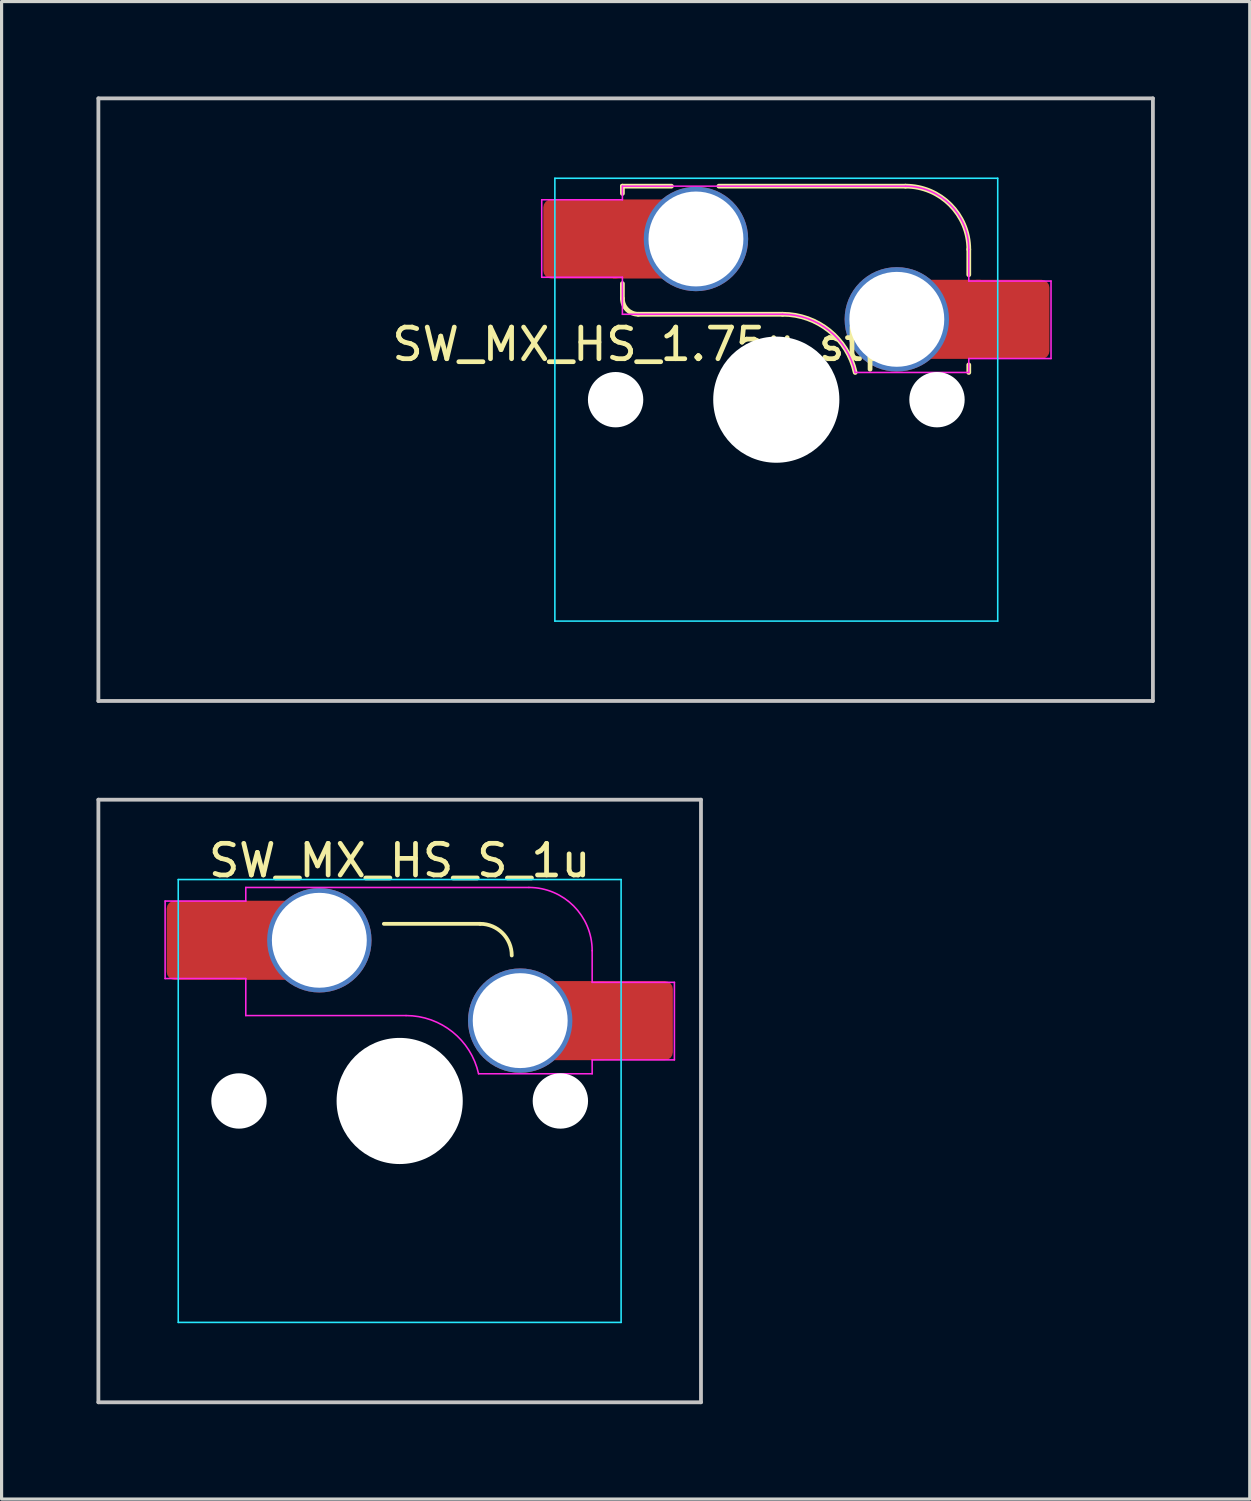
<source format=kicad_pcb>
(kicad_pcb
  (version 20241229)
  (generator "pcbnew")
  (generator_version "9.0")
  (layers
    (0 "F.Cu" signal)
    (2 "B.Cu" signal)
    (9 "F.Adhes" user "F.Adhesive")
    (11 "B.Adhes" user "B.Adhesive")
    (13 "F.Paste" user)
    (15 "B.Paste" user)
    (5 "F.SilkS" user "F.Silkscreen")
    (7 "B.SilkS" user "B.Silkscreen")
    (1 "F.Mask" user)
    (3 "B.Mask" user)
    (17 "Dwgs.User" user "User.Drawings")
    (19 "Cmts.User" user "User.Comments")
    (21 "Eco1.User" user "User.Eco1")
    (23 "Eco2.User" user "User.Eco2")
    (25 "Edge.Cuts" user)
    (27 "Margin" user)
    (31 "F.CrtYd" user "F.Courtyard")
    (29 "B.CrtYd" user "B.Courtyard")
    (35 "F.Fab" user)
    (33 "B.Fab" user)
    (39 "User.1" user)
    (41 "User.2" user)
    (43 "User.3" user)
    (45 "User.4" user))
  (footprint "SW_MX_HS_S_1u"
    (layer "F.Cu")
    (at 9.585 31.755)
    (property "Reference" "SW_MX_HS_S_1u" (at 0 -7.6 0) (layer "F.SilkS") (effects (font (size 1 1) (thickness 0.15))))
    (attr smd)
    (fp_line (start -0.5 -5.6) (end 2.543 -5.6) (stroke (width 0.12) (type solid)) (layer "F.SilkS"))
    (fp_arc (start 2.542893 -5.6) (mid 3.25 -5.307107) (end 3.542893 -4.6) (stroke (width 0.12) (type solid)) (layer "F.SilkS"))
    (fp_line (start -9.525 -9.525) (end 9.525 -9.525) (stroke (width 0.12) (type solid)) (layer "Dwgs.User"))
    (fp_line (start -9.525 9.525) (end -9.525 -9.525) (stroke (width 0.12) (type solid)) (layer "Dwgs.User"))
    (fp_line (start 9.525 -9.525) (end 9.525 9.525) (stroke (width 0.12) (type solid)) (layer "Dwgs.User"))
    (fp_line (start 9.525 9.525) (end -9.525 9.525) (stroke (width 0.12) (type solid)) (layer "Dwgs.User"))
    (fp_line (start -7 -6.5) (end -7 6.5) (stroke (width 0.05) (type solid)) (layer "Eco2.User"))
    (fp_line (start -6.5 7) (end 6.5 7) (stroke (width 0.05) (type solid)) (layer "Eco2.User"))
    (fp_line (start 6.5 -7) (end -6.5 -7) (stroke (width 0.05) (type solid)) (layer "Eco2.User"))
    (fp_line (start 7 6.5) (end 7 -6.5) (stroke (width 0.05) (type solid)) (layer "Eco2.User"))
    (fp_arc (start -7 -6.5) (mid -6.853553 -6.853553) (end -6.5 -7) (stroke (width 0.05) (type solid)) (layer "Eco2.User"))
    (fp_arc (start -6.497236 6.998884) (mid -6.850789 6.852437) (end -6.997236 6.498884) (stroke (width 0.05) (type solid)) (layer "Eco2.User"))
    (fp_arc (start 6.5 -7) (mid 6.853553 -6.853553) (end 7 -6.5) (stroke (width 0.05) (type solid)) (layer "Eco2.User"))
    (fp_arc (start 7 6.5) (mid 6.853553 6.853553) (end 6.5 7) (stroke (width 0.05) (type solid)) (layer "Eco2.User"))
    (fp_line (start -7 -7) (end 7 -7) (stroke (width 0.05) (type solid)) (layer "B.CrtYd"))
    (fp_line (start -7 7) (end -7 -7) (stroke (width 0.05) (type solid)) (layer "B.CrtYd"))
    (fp_line (start 7 -7) (end 7 7) (stroke (width 0.05) (type solid)) (layer "B.CrtYd"))
    (fp_line (start 7 7) (end -7 7) (stroke (width 0.05) (type solid)) (layer "B.CrtYd"))
    (fp_line (start -7.415 -6.32) (end -4.865 -6.32) (stroke (width 0.05) (type solid)) (layer "F.CrtYd"))
    (fp_line (start -7.415 -3.87) (end -7.415 -6.32) (stroke (width 0.05) (type solid)) (layer "F.CrtYd"))
    (fp_line (start -4.865 -6.75) (end -4.865 -6.32) (stroke (width 0.05) (type solid)) (layer "F.CrtYd"))
    (fp_line (start -4.865 -3.87) (end -7.415 -3.87) (stroke (width 0.05) (type solid)) (layer "F.CrtYd"))
    (fp_line (start -4.865 -3.87) (end -4.865 -2.7) (stroke (width 0.05) (type solid)) (layer "F.CrtYd"))
    (fp_line (start -4.865 -2.7) (end 0.2 -2.7) (stroke (width 0.05) (type solid)) (layer "F.CrtYd"))
    (fp_line (start 4.085 -6.75) (end -4.865 -6.75) (stroke (width 0.05) (type solid)) (layer "F.CrtYd"))
    (fp_line (start 6.085 -3.75) (end 6.085 -4.75) (stroke (width 0.05) (type solid)) (layer "F.CrtYd"))
    (fp_line (start 6.085 -3.75) (end 8.685 -3.75) (stroke (width 0.05) (type solid)) (layer "F.CrtYd"))
    (fp_line (start 6.085 -1.3) (end 6.085 -0.86) (stroke (width 0.05) (type solid)) (layer "F.CrtYd"))
    (fp_line (start 6.085 -0.86) (end 2.494 -0.86) (stroke (width 0.05) (type solid)) (layer "F.CrtYd"))
    (fp_line (start 8.685 -3.75) (end 8.685 -1.3) (stroke (width 0.05) (type solid)) (layer "F.CrtYd"))
    (fp_line (start 8.685 -1.3) (end 6.085 -1.3) (stroke (width 0.05) (type solid)) (layer "F.CrtYd"))
    (fp_arc (start 0.2 -2.70022) (mid 1.670503 -2.183399) (end 2.494322 -0.86022) (stroke (width 0.05) (type solid)) (layer "F.CrtYd"))
    (fp_arc (start 4.085176 -6.75022) (mid 5.49939 -6.164434) (end 6.085176 -4.75022) (stroke (width 0.05) (type solid)) (layer "F.CrtYd"))
    (pad "" np_thru_hole circle (at -5.08 0) (size 1.75 1.75) (drill 1.75) (layers "*.Cu" "*.Mask"))
    (pad "" np_thru_hole circle (at 0 0) (size 3.988 3.988) (drill 3.988) (layers "*.Cu" "*.Mask"))
    (pad "" np_thru_hole circle (at 5.08 0) (size 1.75 1.75) (drill 1.75) (layers "*.Cu" "*.Mask"))
    (pad "1" thru_hole circle (at 3.81 -2.54) (size 3.3 3.3) (drill 3) (layers "*.Cu" "*.Mask"))
    (pad "1" smd rect (at 5.635 -2.54 180) (size 1.65 2.5) (layers "F.Cu"))
    (pad "1" smd roundrect (at 7.36 -2.54) (size 2.55 2.5) (layers "F.Cu" "F.Mask" "F.Paste") (roundrect_rratio 0.1))
    (pad "2" smd roundrect (at -6.09 -5.08) (size 2.55 2.5) (layers "F.Cu" "F.Mask" "F.Paste") (roundrect_rratio 0.1))
    (pad "2" smd rect (at -4.34 -5.08) (size 1.65 2.5) (layers "F.Cu"))
    (pad "2" thru_hole circle (at -2.54 -5.08) (size 3.3 3.3) (drill 3) (layers "*.Cu" "*.Mask")))
  (footprint "SW_MX_HS_1.75u_stp"
    (layer "F.Cu")
    (at 21.491 9.585)
    (property "Reference" "SW_MX_HS_1.75u_stp" (at -4.25 -1.75 0) (layer "F.SilkS") (effects (font (size 1 1) (thickness 0.15))))
    (attr smd)
    (fp_line (start -4.865 -6.75) (end -4.865 -6.52) (stroke (width 0.15) (type solid)) (layer "F.SilkS"))
    (fp_line (start -4.865 -3.67) (end -4.865 -3.2) (stroke (width 0.15) (type solid)) (layer "F.SilkS"))
    (fp_line (start -4.365 -2.7) (end 0.2 -2.7) (stroke (width 0.15) (type solid)) (layer "F.SilkS"))
    (fp_line (start -3.315 -6.75) (end -4.865 -6.75) (stroke (width 0.15) (type solid)) (layer "F.SilkS"))
    (fp_line (start 4.085 -6.75) (end -1.815 -6.75) (stroke (width 0.15) (type solid)) (layer "F.SilkS"))
    (fp_line (start 6.085 -3.95) (end 6.085 -4.75) (stroke (width 0.15) (type solid)) (layer "F.SilkS"))
    (fp_line (start 6.085 -1.1) (end 6.085 -0.86) (stroke (width 0.15) (type solid)) (layer "F.SilkS"))
    (fp_arc (start -4.364824 -2.70022) (mid -4.718377 -2.846667) (end -4.864824 -3.20022) (stroke (width 0.15) (type solid)) (layer "F.SilkS"))
    (fp_arc (start 0.2 -2.70022) (mid 1.670693 -2.183637) (end 2.494322 -0.86022) (stroke (width 0.15) (type solid)) (layer "F.SilkS"))
    (fp_arc (start 4.085176 -6.75022) (mid 5.49939 -6.164434) (end 6.085176 -4.75022) (stroke (width 0.15) (type solid)) (layer "F.SilkS"))
    (fp_line (start -21.431 -9.525) (end 11.906 -9.525) (stroke (width 0.12) (type solid)) (layer "Dwgs.User"))
    (fp_line (start -21.431 9.525) (end -21.431 -9.525) (stroke (width 0.12) (type solid)) (layer "Dwgs.User"))
    (fp_line (start 11.906 -9.525) (end 11.906 9.525) (stroke (width 0.12) (type solid)) (layer "Dwgs.User"))
    (fp_line (start 11.906 9.525) (end -21.431 9.525) (stroke (width 0.12) (type solid)) (layer "Dwgs.User"))
    (fp_line (start -7 -6.5) (end -7 6.5) (stroke (width 0.05) (type solid)) (layer "Eco2.User"))
    (fp_line (start -6.5 7) (end 6.5 7) (stroke (width 0.05) (type solid)) (layer "Eco2.User"))
    (fp_line (start 6.5 -7) (end -6.5 -7) (stroke (width 0.05) (type solid)) (layer "Eco2.User"))
    (fp_line (start 7 6.5) (end 7 -6.5) (stroke (width 0.05) (type solid)) (layer "Eco2.User"))
    (fp_arc (start -7 -6.5) (mid -6.853553 -6.853553) (end -6.5 -7) (stroke (width 0.05) (type solid)) (layer "Eco2.User"))
    (fp_arc (start -6.497236 6.998884) (mid -6.850789 6.852437) (end -6.997236 6.498884) (stroke (width 0.05) (type solid)) (layer "Eco2.User"))
    (fp_arc (start 6.5 -7) (mid 6.853553 -6.853553) (end 7 -6.5) (stroke (width 0.05) (type solid)) (layer "Eco2.User"))
    (fp_arc (start 7 6.5) (mid 6.853553 6.853553) (end 6.5 7) (stroke (width 0.05) (type solid)) (layer "Eco2.User"))
    (fp_line (start -7 -7) (end 7 -7) (stroke (width 0.05) (type solid)) (layer "B.CrtYd"))
    (fp_line (start -7 7) (end -7 -7) (stroke (width 0.05) (type solid)) (layer "B.CrtYd"))
    (fp_line (start 7 -7) (end 7 7) (stroke (width 0.05) (type solid)) (layer "B.CrtYd"))
    (fp_line (start 7 7) (end -7 7) (stroke (width 0.05) (type solid)) (layer "B.CrtYd"))
    (fp_line (start -7.415 -6.32) (end -4.865 -6.32) (stroke (width 0.05) (type solid)) (layer "F.CrtYd"))
    (fp_line (start -7.415 -3.87) (end -7.415 -6.32) (stroke (width 0.05) (type solid)) (layer "F.CrtYd"))
    (fp_line (start -4.865 -6.75) (end -4.865 -6.32) (stroke (width 0.05) (type solid)) (layer "F.CrtYd"))
    (fp_line (start -4.865 -3.87) (end -7.415 -3.87) (stroke (width 0.05) (type solid)) (layer "F.CrtYd"))
    (fp_line (start -4.865 -3.87) (end -4.865 -2.7) (stroke (width 0.05) (type solid)) (layer "F.CrtYd"))
    (fp_line (start -4.865 -2.7) (end 0.2 -2.7) (stroke (width 0.05) (type solid)) (layer "F.CrtYd"))
    (fp_line (start 4.085 -6.75) (end -4.865 -6.75) (stroke (width 0.05) (type solid)) (layer "F.CrtYd"))
    (fp_line (start 6.085 -3.75) (end 6.085 -4.75) (stroke (width 0.05) (type solid)) (layer "F.CrtYd"))
    (fp_line (start 6.085 -3.75) (end 8.685 -3.75) (stroke (width 0.05) (type solid)) (layer "F.CrtYd"))
    (fp_line (start 6.085 -1.3) (end 6.085 -0.86) (stroke (width 0.05) (type solid)) (layer "F.CrtYd"))
    (fp_line (start 6.085 -0.86) (end 2.494 -0.86) (stroke (width 0.05) (type solid)) (layer "F.CrtYd"))
    (fp_line (start 8.685 -3.75) (end 8.685 -1.3) (stroke (width 0.05) (type solid)) (layer "F.CrtYd"))
    (fp_line (start 8.685 -1.3) (end 6.085 -1.3) (stroke (width 0.05) (type solid)) (layer "F.CrtYd"))
    (fp_arc (start 0.2 -2.70022) (mid 1.670503 -2.183399) (end 2.494322 -0.86022) (stroke (width 0.05) (type solid)) (layer "F.CrtYd"))
    (fp_arc (start 4.085176 -6.75022) (mid 5.49939 -6.164434) (end 6.085176 -4.75022) (stroke (width 0.05) (type solid)) (layer "F.CrtYd"))
    (pad "" np_thru_hole circle (at -5.08 0) (size 1.75 1.75) (drill 1.75) (layers "*.Cu" "*.Mask"))
    (pad "" np_thru_hole circle (at 0 0) (size 3.988 3.988) (drill 3.988) (layers "*.Cu" "*.Mask"))
    (pad "" np_thru_hole circle (at 5.08 0) (size 1.75 1.75) (drill 1.75) (layers "*.Cu" "*.Mask"))
    (pad "1" thru_hole circle (at 3.81 -2.54) (size 3.3 3.3) (drill 3) (layers "*.Cu" "*.Mask"))
    (pad "1" smd rect (at 5.635 -2.54 180) (size 1.65 2.5) (layers "F.Cu"))
    (pad "1" smd roundrect (at 7.36 -2.54) (size 2.55 2.5) (layers "F.Cu" "F.Mask" "F.Paste") (roundrect_rratio 0.1))
    (pad "2" smd roundrect (at -6.09 -5.08) (size 2.55 2.5) (layers "F.Cu" "F.Mask" "F.Paste") (roundrect_rratio 0.1))
    (pad "2" smd rect (at -4.34 -5.08) (size 1.65 2.5) (layers "F.Cu"))
    (pad "2" thru_hole circle (at -2.54 -5.08) (size 3.3 3.3) (drill 3) (layers "*.Cu" "*.Mask")))
  (gr_rect
    (start -3 -3)
    (end 36.458 44.34)
    (stroke (width 0.1) (type default))
    (fill no)
    (layer "Edge.Cuts")))
</source>
